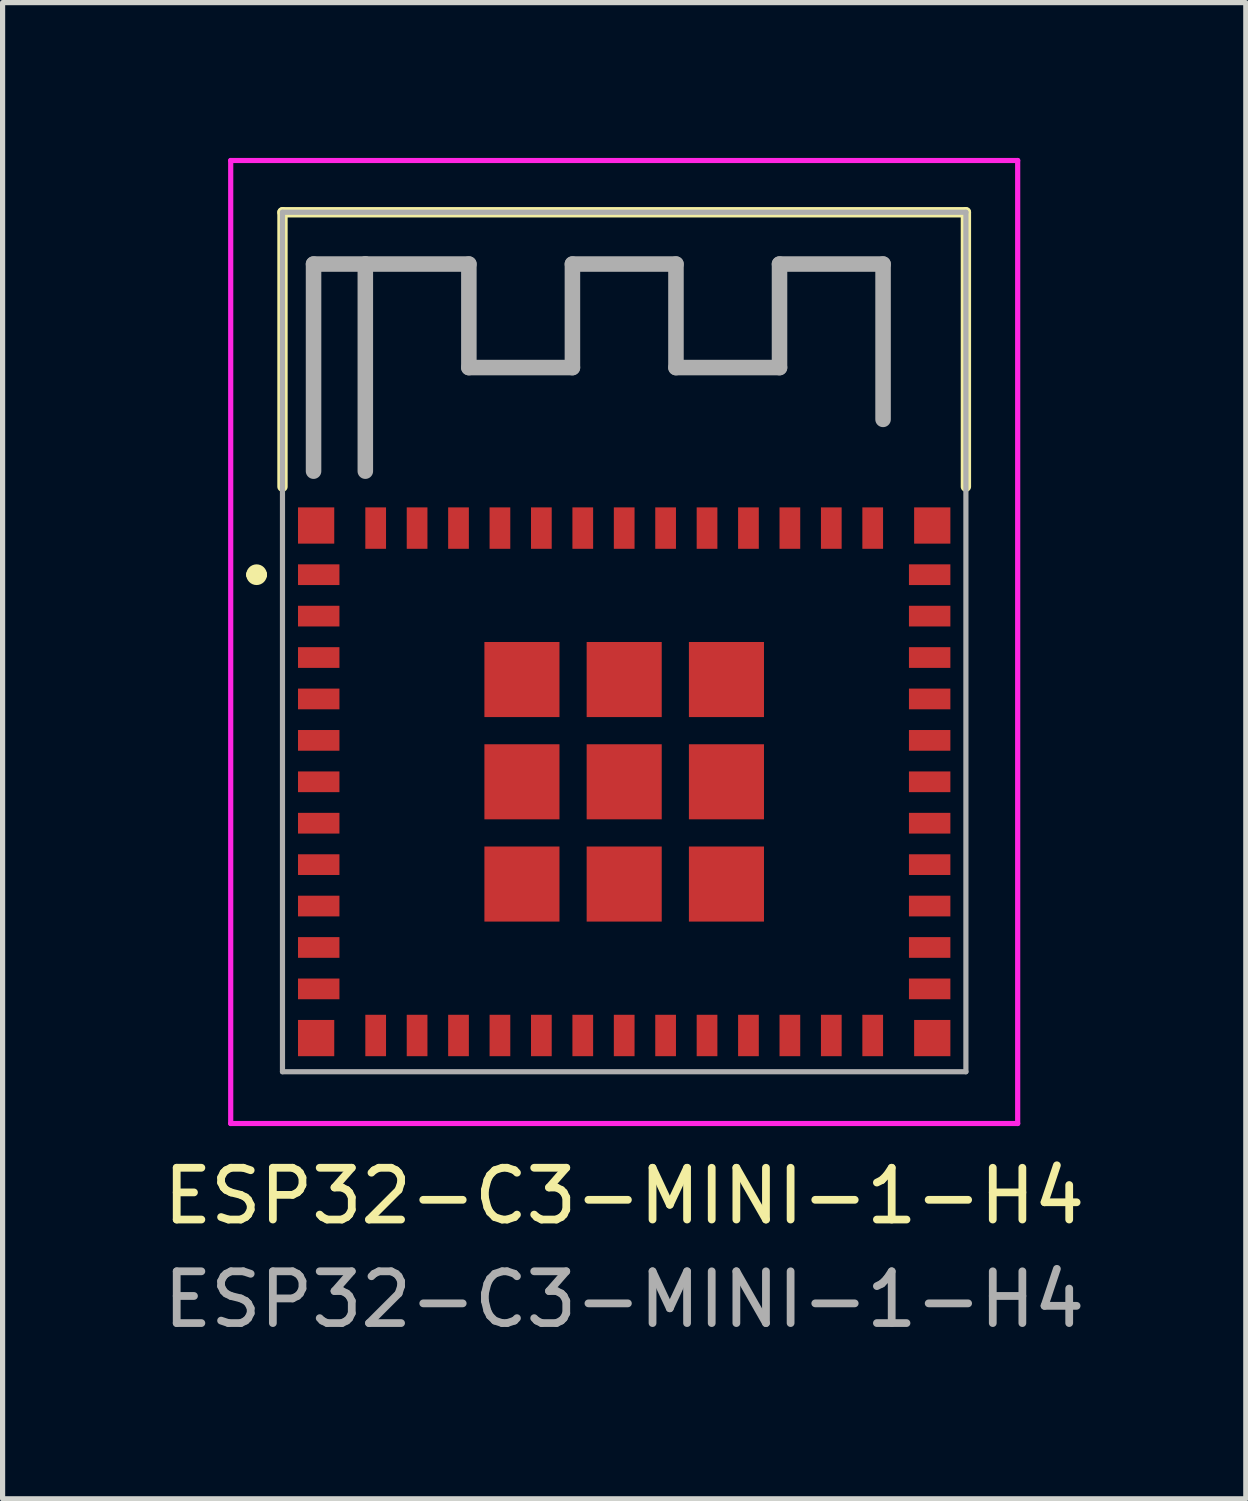
<source format=kicad_pcb>
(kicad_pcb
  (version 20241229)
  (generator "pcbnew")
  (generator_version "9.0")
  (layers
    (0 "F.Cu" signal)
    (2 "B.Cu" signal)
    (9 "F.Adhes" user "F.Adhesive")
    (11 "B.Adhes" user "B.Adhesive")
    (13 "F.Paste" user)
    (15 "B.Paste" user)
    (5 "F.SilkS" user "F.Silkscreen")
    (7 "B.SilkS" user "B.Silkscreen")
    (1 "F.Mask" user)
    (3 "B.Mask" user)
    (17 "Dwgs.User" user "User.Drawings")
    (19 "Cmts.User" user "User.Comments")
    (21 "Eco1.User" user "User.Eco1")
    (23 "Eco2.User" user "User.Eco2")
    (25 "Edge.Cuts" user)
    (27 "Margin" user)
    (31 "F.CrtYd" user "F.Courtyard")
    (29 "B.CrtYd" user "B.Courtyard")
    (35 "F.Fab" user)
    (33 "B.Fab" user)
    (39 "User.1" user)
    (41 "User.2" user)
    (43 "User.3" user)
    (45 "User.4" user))
  (footprint "ESP32-C3-MINI-1-H4"
    (layer "F.Cu")
    (at 9.006 12.05)
    (property "Reference" "ESP32-C3-MINI-1-H4" (at 0 8 0) (layer "F.SilkS") (effects (font (size 1 1) (thickness 0.15))))
    (attr smd)
    (fp_line (start -7.2 -4) (end -7.2 -4) (stroke (width 0.2) (type solid)) (layer "F.SilkS"))
    (fp_line (start -7 -4) (end -7 -4) (stroke (width 0.2) (type solid)) (layer "F.SilkS"))
    (fp_line (start -6.6 -11) (end 6.6 -11) (stroke (width 0.2) (type solid)) (layer "F.SilkS"))
    (fp_line (start -6.6 -5.7) (end -6.6 -11) (stroke (width 0.2) (type solid)) (layer "F.SilkS"))
    (fp_line (start 6.6 -11) (end 6.6 -5.7) (stroke (width 0.2) (type solid)) (layer "F.SilkS"))
    (fp_arc (start -7.2 -4) (mid -7.1 -4.1) (end -7 -4) (stroke (width 0.2) (type solid)) (layer "F.SilkS"))
    (fp_arc (start -7 -4) (mid -7.1 -3.9) (end -7.2 -4) (stroke (width 0.2) (type solid)) (layer "F.SilkS"))
    (fp_line (start -7.6 -12) (end 7.6 -12) (stroke (width 0.1) (type solid)) (layer "F.CrtYd"))
    (fp_line (start -7.6 6.6) (end -7.6 -12) (stroke (width 0.1) (type solid)) (layer "F.CrtYd"))
    (fp_line (start 7.6 -12) (end 7.6 6.6) (stroke (width 0.1) (type solid)) (layer "F.CrtYd"))
    (fp_line (start 7.6 6.6) (end -7.6 6.6) (stroke (width 0.1) (type solid)) (layer "F.CrtYd"))
    (fp_line (start -6.6 -11) (end 6.6 -11) (stroke (width 0.1) (type solid)) (layer "F.Fab"))
    (fp_line (start -6.6 5.6) (end -6.6 -11) (stroke (width 0.1) (type solid)) (layer "F.Fab"))
    (fp_line (start -6 -10) (end -5 -10) (stroke (width 0.3) (type solid)) (layer "F.Fab"))
    (fp_line (start -6 -6) (end -6 -10) (stroke (width 0.3) (type solid)) (layer "F.Fab"))
    (fp_line (start -5 -10) (end -5 -6) (stroke (width 0.3) (type solid)) (layer "F.Fab"))
    (fp_line (start -5 -10) (end -3 -10) (stroke (width 0.3) (type solid)) (layer "F.Fab"))
    (fp_line (start -3 -10) (end -3 -8) (stroke (width 0.3) (type solid)) (layer "F.Fab"))
    (fp_line (start -3 -8) (end -1 -8) (stroke (width 0.3) (type solid)) (layer "F.Fab"))
    (fp_line (start -1 -10) (end 1 -10) (stroke (width 0.3) (type solid)) (layer "F.Fab"))
    (fp_line (start -1 -8) (end -1 -10) (stroke (width 0.3) (type solid)) (layer "F.Fab"))
    (fp_line (start 1 -10) (end 1 -8) (stroke (width 0.3) (type solid)) (layer "F.Fab"))
    (fp_line (start 1 -8) (end 3 -8) (stroke (width 0.3) (type solid)) (layer "F.Fab"))
    (fp_line (start 3 -10) (end 5 -10) (stroke (width 0.3) (type solid)) (layer "F.Fab"))
    (fp_line (start 3 -8) (end 3 -10) (stroke (width 0.3) (type solid)) (layer "F.Fab"))
    (fp_line (start 5 -10) (end 5 -7) (stroke (width 0.3) (type solid)) (layer "F.Fab"))
    (fp_line (start 6.6 -11) (end 6.6 5.6) (stroke (width 0.1) (type solid)) (layer "F.Fab"))
    (fp_line (start 6.6 5.6) (end -6.6 5.6) (stroke (width 0.1) (type solid)) (layer "F.Fab"))
    (fp_text user "${REFERENCE}" (at 0 10 0) (layer "F.Fab") (effects (font (size 1 1) (thickness 0.15))))
    (pad "1" smd rect (at -5.9 -4 90) (size 0.4 0.8) (layers "F.Cu" "F.Mask" "F.Paste"))
    (pad "2" smd rect (at -5.9 -3.2 90) (size 0.4 0.8) (layers "F.Cu" "F.Mask" "F.Paste"))
    (pad "3" smd rect (at -5.9 -2.4 90) (size 0.4 0.8) (layers "F.Cu" "F.Mask" "F.Paste"))
    (pad "4" smd rect (at -5.9 -1.6 90) (size 0.4 0.8) (layers "F.Cu" "F.Mask" "F.Paste"))
    (pad "5" smd rect (at -5.9 -0.8 90) (size 0.4 0.8) (layers "F.Cu" "F.Mask" "F.Paste"))
    (pad "6" smd rect (at -5.9 0 90) (size 0.4 0.8) (layers "F.Cu" "F.Mask" "F.Paste"))
    (pad "7" smd rect (at -5.9 0.8 90) (size 0.4 0.8) (layers "F.Cu" "F.Mask" "F.Paste"))
    (pad "8" smd rect (at -5.9 1.6 90) (size 0.4 0.8) (layers "F.Cu" "F.Mask" "F.Paste"))
    (pad "9" smd rect (at -5.9 2.4 90) (size 0.4 0.8) (layers "F.Cu" "F.Mask" "F.Paste"))
    (pad "10" smd rect (at -5.9 3.2 90) (size 0.4 0.8) (layers "F.Cu" "F.Mask" "F.Paste"))
    (pad "11" smd rect (at -5.9 4 90) (size 0.4 0.8) (layers "F.Cu" "F.Mask" "F.Paste"))
    (pad "12" smd rect (at -4.8 4.9) (size 0.4 0.8) (layers "F.Cu" "F.Mask" "F.Paste"))
    (pad "13" smd rect (at -4 4.9) (size 0.4 0.8) (layers "F.Cu" "F.Mask" "F.Paste"))
    (pad "14" smd rect (at -3.2 4.9) (size 0.4 0.8) (layers "F.Cu" "F.Mask" "F.Paste"))
    (pad "15" smd rect (at -2.4 4.9) (size 0.4 0.8) (layers "F.Cu" "F.Mask" "F.Paste"))
    (pad "16" smd rect (at -1.6 4.9) (size 0.4 0.8) (layers "F.Cu" "F.Mask" "F.Paste"))
    (pad "17" smd rect (at -0.8 4.9) (size 0.4 0.8) (layers "F.Cu" "F.Mask" "F.Paste"))
    (pad "18" smd rect (at 0 4.9) (size 0.4 0.8) (layers "F.Cu" "F.Mask" "F.Paste"))
    (pad "19" smd rect (at 0.8 4.9) (size 0.4 0.8) (layers "F.Cu" "F.Mask" "F.Paste"))
    (pad "20" smd rect (at 1.6 4.9) (size 0.4 0.8) (layers "F.Cu" "F.Mask" "F.Paste"))
    (pad "21" smd rect (at 2.4 4.9) (size 0.4 0.8) (layers "F.Cu" "F.Mask" "F.Paste"))
    (pad "22" smd rect (at 3.2 4.9) (size 0.4 0.8) (layers "F.Cu" "F.Mask" "F.Paste"))
    (pad "23" smd rect (at 4 4.9) (size 0.4 0.8) (layers "F.Cu" "F.Mask" "F.Paste"))
    (pad "24" smd rect (at 4.8 4.9) (size 0.4 0.8) (layers "F.Cu" "F.Mask" "F.Paste"))
    (pad "25" smd rect (at 5.9 4 90) (size 0.4 0.8) (layers "F.Cu" "F.Mask" "F.Paste"))
    (pad "26" smd rect (at 5.9 3.2 90) (size 0.4 0.8) (layers "F.Cu" "F.Mask" "F.Paste"))
    (pad "27" smd rect (at 5.9 2.4 90) (size 0.4 0.8) (layers "F.Cu" "F.Mask" "F.Paste"))
    (pad "28" smd rect (at 5.9 1.6 90) (size 0.4 0.8) (layers "F.Cu" "F.Mask" "F.Paste"))
    (pad "29" smd rect (at 5.9 0.8 90) (size 0.4 0.8) (layers "F.Cu" "F.Mask" "F.Paste"))
    (pad "30" smd rect (at 5.9 0 90) (size 0.4 0.8) (layers "F.Cu" "F.Mask" "F.Paste"))
    (pad "31" smd rect (at 5.9 -0.8 90) (size 0.4 0.8) (layers "F.Cu" "F.Mask" "F.Paste"))
    (pad "32" smd rect (at 5.9 -1.6 90) (size 0.4 0.8) (layers "F.Cu" "F.Mask" "F.Paste"))
    (pad "33" smd rect (at 5.9 -2.4 90) (size 0.4 0.8) (layers "F.Cu" "F.Mask" "F.Paste"))
    (pad "34" smd rect (at 5.9 -3.2 90) (size 0.4 0.8) (layers "F.Cu" "F.Mask" "F.Paste"))
    (pad "35" smd rect (at 5.9 -4 90) (size 0.4 0.8) (layers "F.Cu" "F.Mask" "F.Paste"))
    (pad "36" smd rect (at 4.8 -4.9) (size 0.4 0.8) (layers "F.Cu" "F.Mask" "F.Paste"))
    (pad "37" smd rect (at 4 -4.9) (size 0.4 0.8) (layers "F.Cu" "F.Mask" "F.Paste"))
    (pad "38" smd rect (at 3.2 -4.9) (size 0.4 0.8) (layers "F.Cu" "F.Mask" "F.Paste"))
    (pad "39" smd rect (at 2.4 -4.9) (size 0.4 0.8) (layers "F.Cu" "F.Mask" "F.Paste"))
    (pad "40" smd rect (at 1.6 -4.9) (size 0.4 0.8) (layers "F.Cu" "F.Mask" "F.Paste"))
    (pad "41" smd rect (at 0.8 -4.9) (size 0.4 0.8) (layers "F.Cu" "F.Mask" "F.Paste"))
    (pad "42" smd rect (at 0 -4.9) (size 0.4 0.8) (layers "F.Cu" "F.Mask" "F.Paste"))
    (pad "43" smd rect (at -0.8 -4.9) (size 0.4 0.8) (layers "F.Cu" "F.Mask" "F.Paste"))
    (pad "44" smd rect (at -1.6 -4.9) (size 0.4 0.8) (layers "F.Cu" "F.Mask" "F.Paste"))
    (pad "45" smd rect (at -2.4 -4.9) (size 0.4 0.8) (layers "F.Cu" "F.Mask" "F.Paste"))
    (pad "46" smd rect (at -3.2 -4.9) (size 0.4 0.8) (layers "F.Cu" "F.Mask" "F.Paste"))
    (pad "47" smd rect (at -4 -4.9) (size 0.4 0.8) (layers "F.Cu" "F.Mask" "F.Paste"))
    (pad "48" smd rect (at -4.8 -4.9) (size 0.4 0.8) (layers "F.Cu" "F.Mask" "F.Paste"))
    (pad "49" smd rect (at 0 0) (size 1.45 1.45) (layers "F.Cu" "F.Mask" "F.Paste"))
    (pad "50" smd rect (at 1.975 -1.975) (size 1.45 1.45) (layers "F.Cu" "F.Mask" "F.Paste"))
    (pad "51" smd rect (at 0 -1.975) (size 1.45 1.45) (layers "F.Cu" "F.Mask" "F.Paste"))
    (pad "52" smd rect (at -1.975 -1.975) (size 1.45 1.45) (layers "F.Cu" "F.Mask" "F.Paste"))
    (pad "53" smd rect (at -1.975 0) (size 1.45 1.45) (layers "F.Cu" "F.Mask" "F.Paste"))
    (pad "54" smd rect (at -1.975 1.975) (size 1.45 1.45) (layers "F.Cu" "F.Mask" "F.Paste"))
    (pad "55" smd rect (at 0 1.975) (size 1.45 1.45) (layers "F.Cu" "F.Mask" "F.Paste"))
    (pad "56" smd rect (at 1.975 1.975) (size 1.45 1.45) (layers "F.Cu" "F.Mask" "F.Paste"))
    (pad "57" smd rect (at 1.975 0) (size 1.45 1.45) (layers "F.Cu" "F.Mask" "F.Paste"))
    (pad "58" smd rect (at -5.95 -4.95) (size 0.7 0.7) (layers "F.Cu" "F.Mask" "F.Paste"))
    (pad "59" smd rect (at -5.95 4.95) (size 0.7 0.7) (layers "F.Cu" "F.Mask" "F.Paste"))
    (pad "60" smd rect (at 5.95 4.95) (size 0.7 0.7) (layers "F.Cu" "F.Mask" "F.Paste"))
    (pad "61" smd rect (at 5.95 -4.95) (size 0.7 0.7) (layers "F.Cu" "F.Mask" "F.Paste")))
  (gr_rect
    (start -3 -3)
    (end 21.012 25.898)
    (stroke (width 0.1) (type default))
    (fill no)
    (layer "Edge.Cuts")))
</source>
